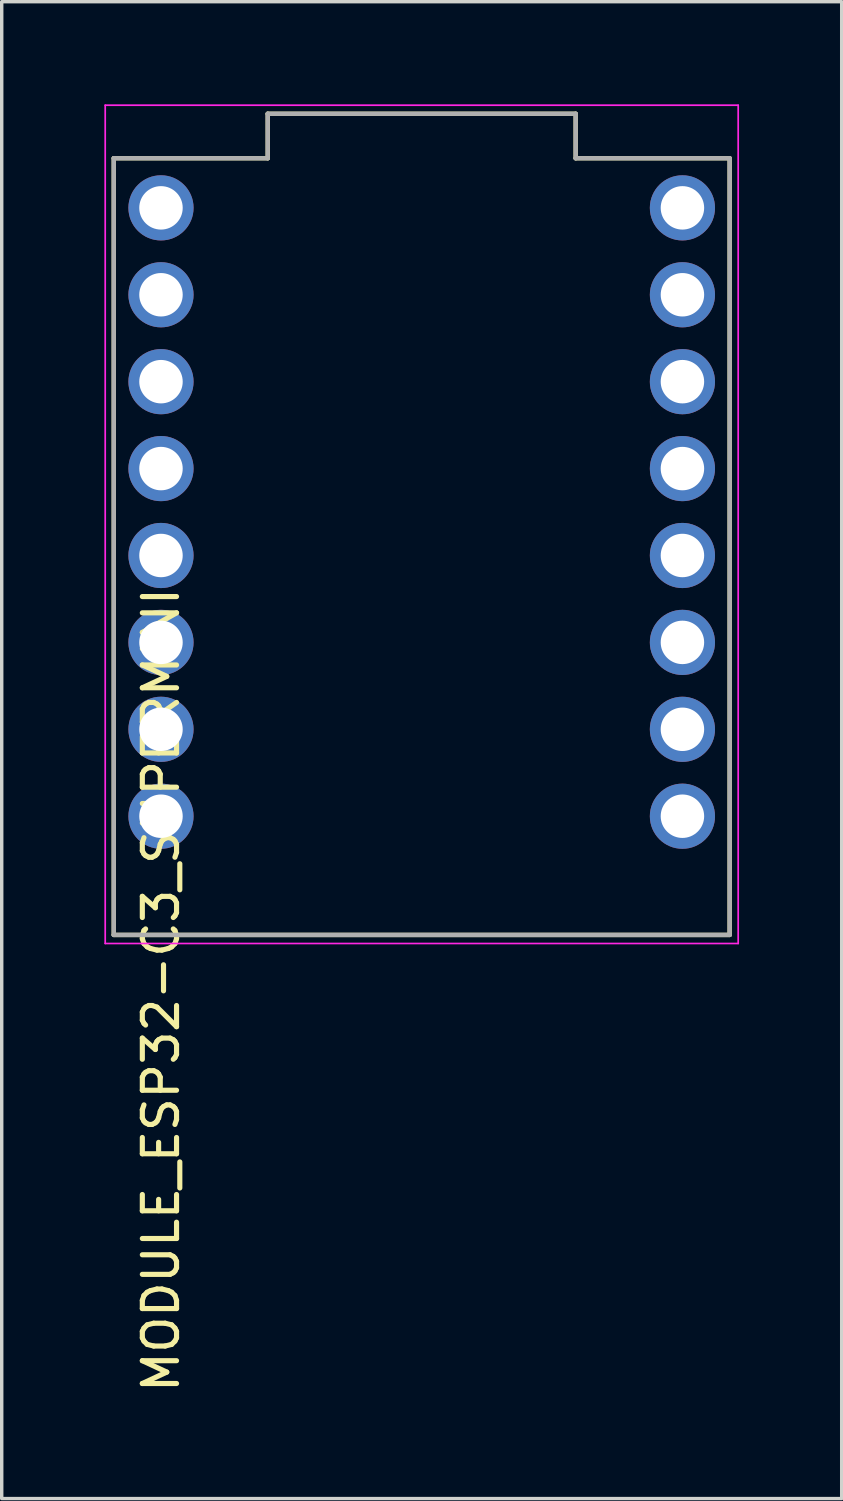
<source format=kicad_pcb>
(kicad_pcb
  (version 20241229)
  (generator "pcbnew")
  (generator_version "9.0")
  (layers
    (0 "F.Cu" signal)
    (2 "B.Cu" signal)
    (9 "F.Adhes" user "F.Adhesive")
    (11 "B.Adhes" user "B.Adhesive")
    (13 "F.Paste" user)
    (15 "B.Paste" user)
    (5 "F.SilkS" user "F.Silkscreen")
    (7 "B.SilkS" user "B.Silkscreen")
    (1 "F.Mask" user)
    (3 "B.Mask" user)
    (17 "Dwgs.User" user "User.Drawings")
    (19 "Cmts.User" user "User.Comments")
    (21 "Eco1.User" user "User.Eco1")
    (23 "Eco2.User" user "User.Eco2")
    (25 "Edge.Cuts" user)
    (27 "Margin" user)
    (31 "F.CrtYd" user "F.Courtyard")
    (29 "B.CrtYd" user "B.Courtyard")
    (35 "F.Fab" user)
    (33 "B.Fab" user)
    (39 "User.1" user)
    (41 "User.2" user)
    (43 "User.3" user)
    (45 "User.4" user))
  (footprint "MODULE_ESP32-C3_SUPERMINI"
    (layer "F.Cu")
    (at 9.275 12.925)
    (property "Reference" "MODULE_ESP32-C3_SUPERMINI" (at -7.62 12.96 90) (layer "F.SilkS") (effects (font (size 1 1) (thickness 0.15))))
    (attr through_hole)
    (fp_line (start -9 11.35) (end -9 -11.35) (stroke (width 0.127) (type solid)) (layer "F.SilkS"))
    (fp_line (start -4.5 -12.65) (end -4.5 -11.35) (stroke (width 0.127) (type solid)) (layer "F.SilkS"))
    (fp_line (start -4.5 -11.35) (end -9 -11.35) (stroke (width 0.127) (type solid)) (layer "F.SilkS"))
    (fp_line (start 4.5 -12.65) (end -4.5 -12.65) (stroke (width 0.127) (type solid)) (layer "F.SilkS"))
    (fp_line (start 4.5 -12.65) (end 4.5 -11.35) (stroke (width 0.127) (type solid)) (layer "F.SilkS"))
    (fp_line (start 9 -11.35) (end 4.5 -11.35) (stroke (width 0.127) (type solid)) (layer "F.SilkS"))
    (fp_line (start 9 11.35) (end -9 11.35) (stroke (width 0.127) (type solid)) (layer "F.SilkS"))
    (fp_line (start 9 11.35) (end 9 -11.35) (stroke (width 0.127) (type solid)) (layer "F.SilkS"))
    (fp_line (start -9.25 -12.9) (end 9.25 -12.9) (stroke (width 0.05) (type solid)) (layer "F.CrtYd"))
    (fp_line (start -9.25 11.6) (end -9.25 -12.9) (stroke (width 0.05) (type solid)) (layer "F.CrtYd"))
    (fp_line (start 9.25 -12.9) (end 9.25 11.6) (stroke (width 0.05) (type solid)) (layer "F.CrtYd"))
    (fp_line (start 9.25 11.6) (end -9.25 11.6) (stroke (width 0.05) (type solid)) (layer "F.CrtYd"))
    (fp_line (start -9 11.35) (end -9 -11.35) (stroke (width 0.127) (type solid)) (layer "F.Fab"))
    (fp_line (start -4.5 -12.65) (end -4.5 -11.35) (stroke (width 0.127) (type solid)) (layer "F.Fab"))
    (fp_line (start -4.5 -11.35) (end -9 -11.35) (stroke (width 0.127) (type solid)) (layer "F.Fab"))
    (fp_line (start 4.5 -12.65) (end -4.5 -12.65) (stroke (width 0.127) (type solid)) (layer "F.Fab"))
    (fp_line (start 4.5 -12.65) (end 4.5 -11.35) (stroke (width 0.127) (type solid)) (layer "F.Fab"))
    (fp_line (start 9 -11.35) (end 4.5 -11.35) (stroke (width 0.127) (type solid)) (layer "F.Fab"))
    (fp_line (start 9 11.35) (end -9 11.35) (stroke (width 0.127) (type solid)) (layer "F.Fab"))
    (fp_line (start 9 11.35) (end 9 -11.35) (stroke (width 0.127) (type solid)) (layer "F.Fab"))
    (pad "0" thru_hole circle (at 7.62 7.88) (size 1.905 1.905) (drill 1.27) (layers "*.Cu" "*.Mask"))
    (pad "1" thru_hole circle (at 7.62 5.34) (size 1.905 1.905) (drill 1.27) (layers "*.Cu" "*.Mask"))
    (pad "2" thru_hole circle (at 7.62 2.8) (size 1.905 1.905) (drill 1.27) (layers "*.Cu" "*.Mask"))
    (pad "3" thru_hole circle (at 7.62 0.26) (size 1.905 1.905) (drill 1.27) (layers "*.Cu" "*.Mask"))
    (pad "3.3" thru_hole circle (at 7.62 -4.82) (size 1.905 1.905) (drill 1.27) (layers "*.Cu" "*.Mask"))
    (pad "4" thru_hole circle (at 7.62 -2.28) (size 1.905 1.905) (drill 1.27) (layers "*.Cu" "*.Mask"))
    (pad "5" thru_hole circle (at -7.62 -9.9) (size 1.905 1.905) (drill 1.27) (layers "*.Cu" "*.Mask"))
    (pad "5V" thru_hole circle (at 7.62 -9.9) (size 1.905 1.905) (drill 1.27) (layers "*.Cu" "*.Mask"))
    (pad "6" thru_hole circle (at -7.62 -7.36) (size 1.905 1.905) (drill 1.27) (layers "*.Cu" "*.Mask"))
    (pad "7" thru_hole circle (at -7.62 -4.82) (size 1.905 1.905) (drill 1.27) (layers "*.Cu" "*.Mask"))
    (pad "8" thru_hole circle (at -7.62 -2.28) (size 1.905 1.905) (drill 1.27) (layers "*.Cu" "*.Mask"))
    (pad "9" thru_hole circle (at -7.62 0.26) (size 1.905 1.905) (drill 1.27) (layers "*.Cu" "*.Mask"))
    (pad "10" thru_hole circle (at -7.62 2.8) (size 1.905 1.905) (drill 1.27) (layers "*.Cu" "*.Mask"))
    (pad "20" thru_hole circle (at -7.62 5.34) (size 1.905 1.905) (drill 1.27) (layers "*.Cu" "*.Mask"))
    (pad "21" thru_hole circle (at -7.62 7.88) (size 1.905 1.905) (drill 1.27) (layers "*.Cu" "*.Mask"))
    (pad "G" thru_hole circle (at 7.62 -7.36) (size 1.905 1.905) (drill 1.27) (layers "*.Cu" "*.Mask")))
  (gr_rect
    (start -3 -3)
    (end 21.55 40.748)
    (stroke (width 0.1) (type default))
    (fill no)
    (layer "Edge.Cuts")))
</source>
